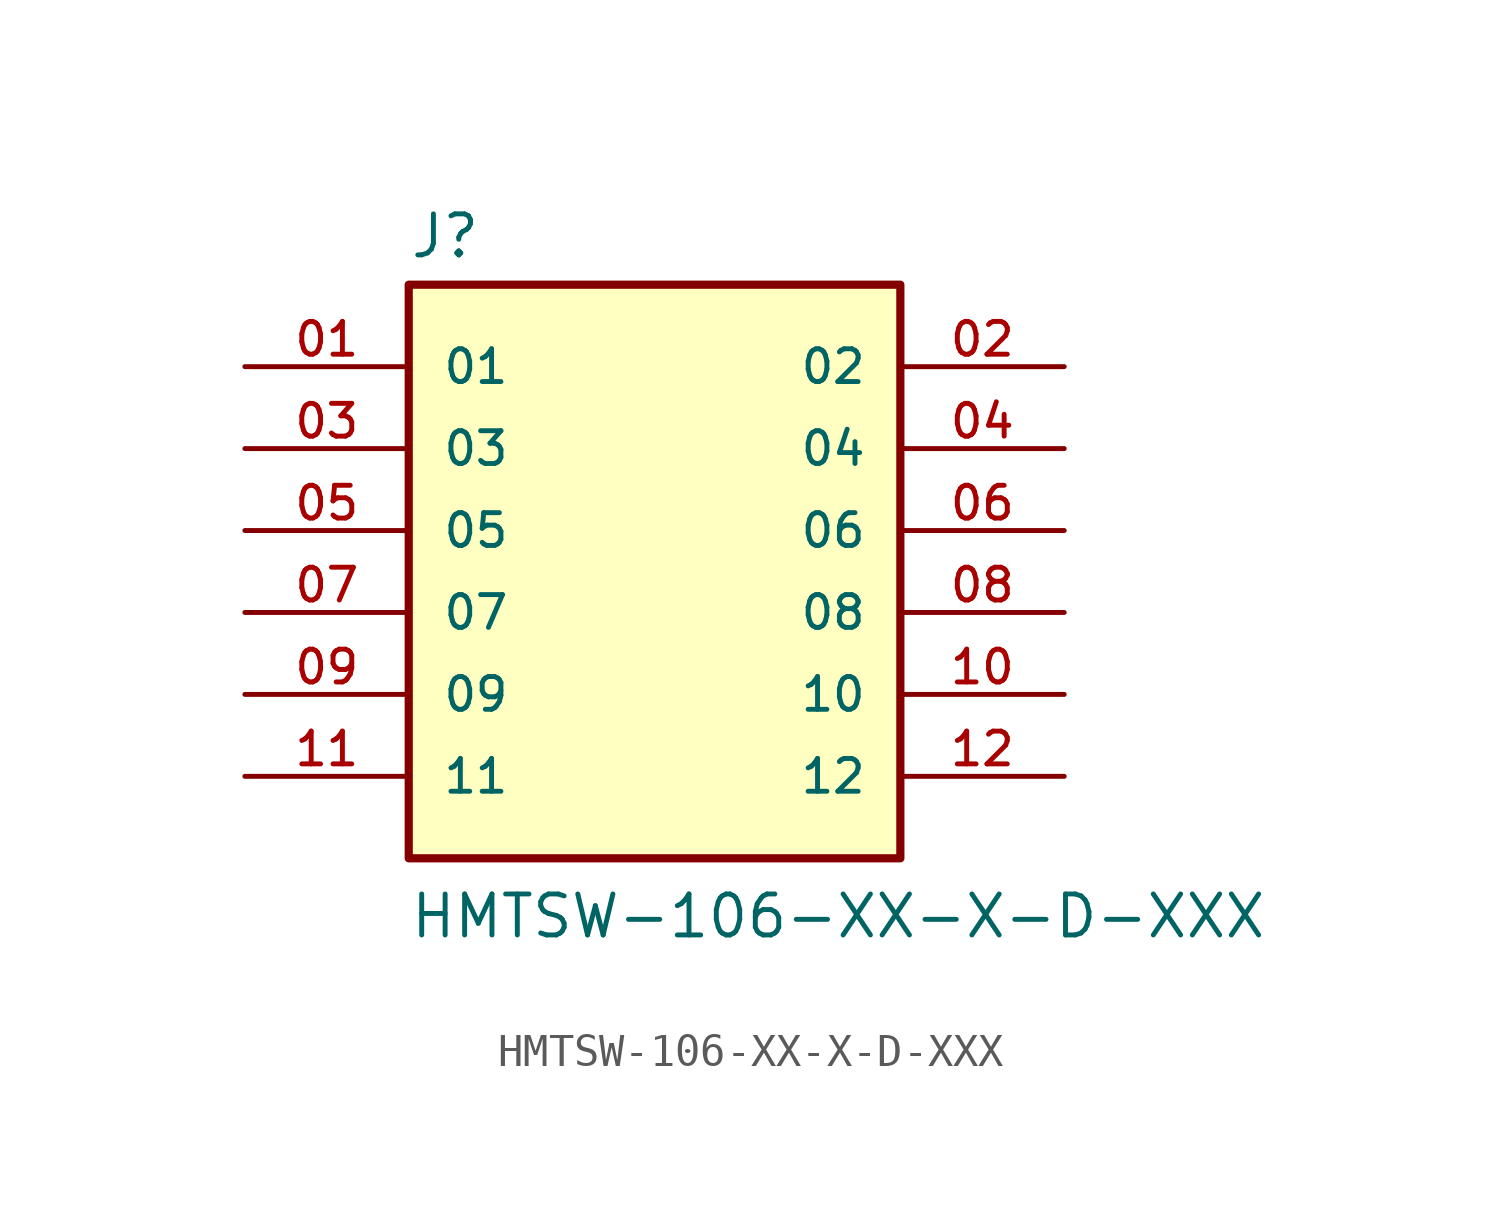
<source format=kicad_sym>
(kicad_symbol_lib
  (version 20211014)
  (generator kicad_symbol_editor)
  (symbol "HMTSW-106-XX-X-D-XXX"
    (pin_names
      (offset 1.016))
    (property "Reference" "J"
      (at -7.62 10.922 0)
      (effects (font (size 1.27 1.27)) (justify bottom left)))
    (property "Value" "HMTSW-106-XX-X-D-XXX"
      (at -7.62 -10.16 0)
      (effects (font (size 1.27 1.27)) (justify bottom left)))
    (symbol "HMTSW-106-XX-X-D-XXX_0_0"
      (rectangle (start -7.62 -7.62) (end 7.62 10.16) (stroke (width 0.254)) (fill (type background)))
      (pin passive line (at -12.7 7.62 0) (length 5.08) (name "01" (effects (font (size 1.016 1.016)))) (number "01" (effects (font (size 1.016 1.016)))))
      (pin passive line (at -12.7 5.08 0) (length 5.08) (name "03" (effects (font (size 1.016 1.016)))) (number "03" (effects (font (size 1.016 1.016)))))
      (pin passive line (at -12.7 2.54 0) (length 5.08) (name "05" (effects (font (size 1.016 1.016)))) (number "05" (effects (font (size 1.016 1.016)))))
      (pin passive line (at 12.7 7.62 180.0) (length 5.08) (name "02" (effects (font (size 1.016 1.016)))) (number "02" (effects (font (size 1.016 1.016)))))
      (pin passive line (at 12.7 5.08 180.0) (length 5.08) (name "04" (effects (font (size 1.016 1.016)))) (number "04" (effects (font (size 1.016 1.016)))))
      (pin passive line (at 12.7 2.54 180.0) (length 5.08) (name "06" (effects (font (size 1.016 1.016)))) (number "06" (effects (font (size 1.016 1.016)))))
      (pin passive line (at -12.7 0.0 0) (length 5.08) (name "07" (effects (font (size 1.016 1.016)))) (number "07" (effects (font (size 1.016 1.016)))))
      (pin passive line (at 12.7 0.0 180.0) (length 5.08) (name "08" (effects (font (size 1.016 1.016)))) (number "08" (effects (font (size 1.016 1.016)))))
      (pin passive line (at -12.7 -2.54 0) (length 5.08) (name "09" (effects (font (size 1.016 1.016)))) (number "09" (effects (font (size 1.016 1.016)))))
      (pin passive line (at 12.7 -2.54 180.0) (length 5.08) (name "10" (effects (font (size 1.016 1.016)))) (number "10" (effects (font (size 1.016 1.016)))))
      (pin passive line (at -12.7 -5.08 0) (length 5.08) (name "11" (effects (font (size 1.016 1.016)))) (number "11" (effects (font (size 1.016 1.016)))))
      (pin passive line (at 12.7 -5.08 180.0) (length 5.08) (name "12" (effects (font (size 1.016 1.016)))) (number "12" (effects (font (size 1.016 1.016))))))))
</source>
